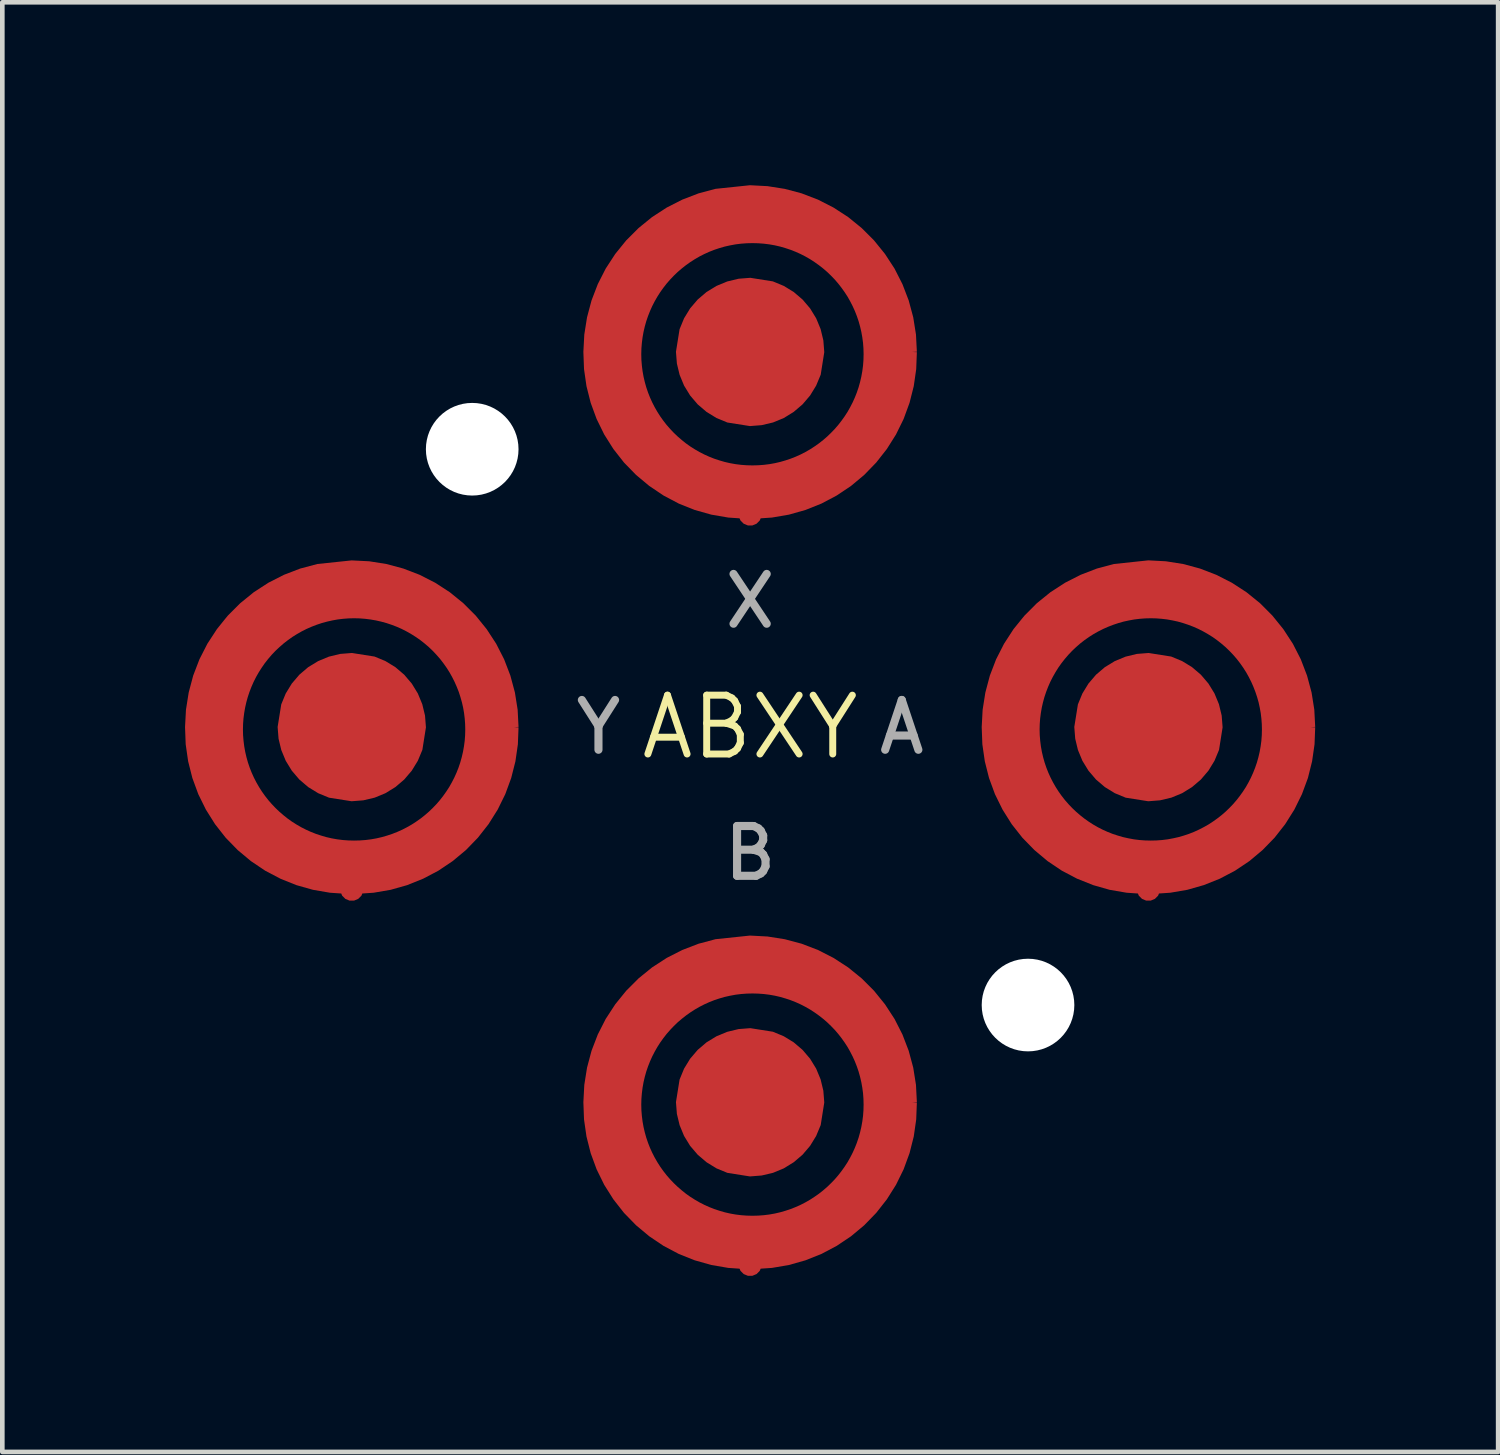
<source format=kicad_pcb>
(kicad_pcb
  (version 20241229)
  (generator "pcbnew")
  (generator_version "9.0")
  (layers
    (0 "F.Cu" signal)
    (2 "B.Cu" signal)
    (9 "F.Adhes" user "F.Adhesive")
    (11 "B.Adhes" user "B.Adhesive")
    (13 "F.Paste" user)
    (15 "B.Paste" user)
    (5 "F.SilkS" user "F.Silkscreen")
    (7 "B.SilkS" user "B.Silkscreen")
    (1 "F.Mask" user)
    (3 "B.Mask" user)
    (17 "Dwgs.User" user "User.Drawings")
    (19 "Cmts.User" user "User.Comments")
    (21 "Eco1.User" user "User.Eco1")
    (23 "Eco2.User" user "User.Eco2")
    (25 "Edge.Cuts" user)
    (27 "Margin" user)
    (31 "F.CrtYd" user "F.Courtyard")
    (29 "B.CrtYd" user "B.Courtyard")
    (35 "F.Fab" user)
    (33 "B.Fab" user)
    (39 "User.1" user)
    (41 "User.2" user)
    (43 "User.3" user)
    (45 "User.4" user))
  (footprint "ABXY"
    (layer "F.Cu")
    (at 13.145 12.649)
    (property "Reference" "ABXY" (at 0 0 0) (layer "F.SilkS") (effects (font (size 1.27 1.27) (thickness 0.15))))
    (fp_poly (pts (xy -8.198 -4.08) (xy -7.8 -4.021) (xy -7.41 -3.924) (xy -7.031 -3.788) (xy -6.667 -3.616) (xy -6.322 -3.409) (xy -5.999 -3.169) (xy -5.701 -2.899) (xy -5.431 -2.601) (xy -5.191 -2.278) (xy -4.984 -1.933) (xy -4.812 -1.569) (xy -4.676 -1.19) (xy -4.578 -0.798) (xy -4.5 -0.002) (xy -4.52 0.402) (xy -4.579 0.8) (xy -4.676 1.19) (xy -4.812 1.569) (xy -4.984 1.933) (xy -5.191 2.278) (xy -5.431 2.601) (xy -5.701 2.899) (xy -5.999 3.169) (xy -6.322 3.409) (xy -6.667 3.616) (xy -7.031 3.788) (xy -7.41 3.924) (xy -7.802 4.022) (xy -8.598 4.1) (xy -9.002 4.08) (xy -9.4 4.021) (xy -9.79 3.924) (xy -10.169 3.788) (xy -10.533 3.616) (xy -10.878 3.409) (xy -11.201 3.169) (xy -11.499 2.899) (xy -11.769 2.601) (xy -12.009 2.278) (xy -12.216 1.933) (xy -12.388 1.569) (xy -12.524 1.19) (xy -12.622 0.798) (xy -12.7 0.002) (xy -12.68 -0.402) (xy -12.621 -0.8) (xy -12.524 -1.19) (xy -12.388 -1.569) (xy -12.216 -1.933) (xy -12.009 -2.278) (xy -11.769 -2.601) (xy -11.499 -2.899) (xy -11.201 -3.169) (xy -10.878 -3.409) (xy -10.533 -3.616) (xy -10.169 -3.788) (xy -9.79 -3.924) (xy -9.398 -4.022) (xy -8.602 -4.1)) (stroke (width 0) (type default)) (fill yes) (layer "F.Mask"))
    (fp_poly (pts (xy 0.402 -12.18) (xy 0.8 -12.121) (xy 1.19 -12.024) (xy 1.569 -11.888) (xy 1.933 -11.716) (xy 2.278 -11.509) (xy 2.601 -11.269) (xy 2.899 -10.999) (xy 3.169 -10.701) (xy 3.409 -10.378) (xy 3.616 -10.033) (xy 3.788 -9.669) (xy 3.924 -9.29) (xy 4.022 -8.898) (xy 4.1 -8.102) (xy 4.08 -7.698) (xy 4.021 -7.3) (xy 3.924 -6.91) (xy 3.788 -6.531) (xy 3.616 -6.167) (xy 3.409 -5.822) (xy 3.169 -5.499) (xy 2.899 -5.201) (xy 2.601 -4.931) (xy 2.278 -4.691) (xy 1.933 -4.484) (xy 1.569 -4.312) (xy 1.19 -4.176) (xy 0.798 -4.078) (xy 0.002 -4) (xy -0.402 -4.02) (xy -0.8 -4.079) (xy -1.19 -4.176) (xy -1.569 -4.312) (xy -1.933 -4.484) (xy -2.278 -4.691) (xy -2.601 -4.931) (xy -2.899 -5.201) (xy -3.169 -5.499) (xy -3.409 -5.822) (xy -3.616 -6.167) (xy -3.788 -6.531) (xy -3.924 -6.91) (xy -4.022 -7.302) (xy -4.1 -8.098) (xy -4.08 -8.502) (xy -4.021 -8.9) (xy -3.924 -9.29) (xy -3.788 -9.669) (xy -3.616 -10.033) (xy -3.409 -10.378) (xy -3.169 -10.701) (xy -2.899 -10.999) (xy -2.601 -11.269) (xy -2.278 -11.509) (xy -1.933 -11.716) (xy -1.569 -11.888) (xy -1.19 -12.024) (xy -0.798 -12.122) (xy -0.002 -12.2)) (stroke (width 0) (type default)) (fill yes) (layer "F.Mask"))
    (fp_poly (pts (xy 0.402 4.02) (xy 0.8 4.079) (xy 1.19 4.176) (xy 1.569 4.312) (xy 1.933 4.484) (xy 2.278 4.691) (xy 2.601 4.931) (xy 2.899 5.201) (xy 3.169 5.499) (xy 3.409 5.822) (xy 3.616 6.167) (xy 3.788 6.531) (xy 3.924 6.91) (xy 4.022 7.302) (xy 4.1 8.098) (xy 4.08 8.502) (xy 4.021 8.9) (xy 3.924 9.29) (xy 3.788 9.669) (xy 3.616 10.033) (xy 3.409 10.378) (xy 3.169 10.701) (xy 2.899 10.999) (xy 2.601 11.269) (xy 2.278 11.509) (xy 1.933 11.716) (xy 1.569 11.888) (xy 1.19 12.024) (xy 0.798 12.122) (xy 0.002 12.2) (xy -0.402 12.18) (xy -0.8 12.121) (xy -1.19 12.024) (xy -1.569 11.888) (xy -1.933 11.716) (xy -2.278 11.509) (xy -2.601 11.269) (xy -2.899 10.999) (xy -3.169 10.701) (xy -3.409 10.378) (xy -3.616 10.033) (xy -3.788 9.669) (xy -3.924 9.29) (xy -4.022 8.898) (xy -4.1 8.102) (xy -4.08 7.698) (xy -4.021 7.3) (xy -3.924 6.91) (xy -3.788 6.531) (xy -3.616 6.167) (xy -3.409 5.822) (xy -3.169 5.499) (xy -2.899 5.201) (xy -2.601 4.931) (xy -2.278 4.691) (xy -1.933 4.484) (xy -1.569 4.312) (xy -1.19 4.176) (xy -0.798 4.078) (xy -0.002 4)) (stroke (width 0) (type default)) (fill yes) (layer "F.Mask"))
    (fp_poly (pts (xy 9.002 -4.08) (xy 9.4 -4.021) (xy 9.79 -3.924) (xy 10.169 -3.788) (xy 10.533 -3.616) (xy 10.878 -3.409) (xy 11.201 -3.169) (xy 11.499 -2.899) (xy 11.769 -2.601) (xy 12.009 -2.278) (xy 12.216 -1.933) (xy 12.388 -1.569) (xy 12.524 -1.19) (xy 12.622 -0.798) (xy 12.7 -0.002) (xy 12.68 0.402) (xy 12.621 0.8) (xy 12.524 1.19) (xy 12.388 1.569) (xy 12.216 1.933) (xy 12.009 2.278) (xy 11.769 2.601) (xy 11.499 2.899) (xy 11.201 3.169) (xy 10.878 3.409) (xy 10.533 3.616) (xy 10.169 3.788) (xy 9.79 3.924) (xy 9.398 4.022) (xy 8.602 4.1) (xy 8.198 4.08) (xy 7.8 4.021) (xy 7.41 3.924) (xy 7.031 3.788) (xy 6.667 3.616) (xy 6.322 3.409) (xy 5.999 3.169) (xy 5.701 2.899) (xy 5.431 2.601) (xy 5.191 2.278) (xy 4.984 1.933) (xy 4.812 1.569) (xy 4.676 1.19) (xy 4.578 0.798) (xy 4.5 0.002) (xy 4.52 -0.402) (xy 4.579 -0.8) (xy 4.676 -1.19) (xy 4.812 -1.569) (xy 4.984 -1.933) (xy 5.191 -2.278) (xy 5.431 -2.601) (xy 5.701 -2.899) (xy 5.999 -3.169) (xy 6.322 -3.409) (xy 6.667 -3.616) (xy 7.031 -3.788) (xy 7.41 -3.924) (xy 7.802 -4.022) (xy 8.598 -4.1)) (stroke (width 0) (type default)) (fill yes) (layer "F.Mask"))
    (fp_text user "X" (at 0 -3.35 0) (layer "F.Fab") (effects (font (size 1.075 1.075) (thickness 0.175)) (justify top)))
    (fp_text user "B" (at 0 3.35 0) (layer "F.Fab") (effects (font (size 1.075 1.075) (thickness 0.175)) (justify bottom)))
    (fp_text user "A" (at 3.85 0 0) (layer "F.Fab") (effects (font (size 1.075 1.075) (thickness 0.175)) (justify right)))
    (fp_text user "Y" (at -3.85 0 0) (layer "F.Fab") (effects (font (size 1.075 1.075) (thickness 0.175)) (justify left)))
    (pad "" np_thru_hole circle (at -6 -6) (size 2 2) (drill 2) (layers "*.Cu" "*.Mask"))
    (pad "" np_thru_hole circle (at 6 6) (size 2 2) (drill 2) (layers "*.Cu" "*.Mask"))
    (pad "A" smd custom (at 8.6 0 90) (size 0.5 0.5) (layers "F.Cu" "F.Mask") (options (anchor circle)) (primitives (gr_poly (pts (xy -0.25 0) (xy -0.231 -0.096) (xy -0.177 -0.177) (xy -0.096 -0.231) (xy 0 -0.25) (xy 0.096 -0.231) (xy 0.177 -0.177) (xy 0.231 -0.096) (xy 0.25 0) (xy 0.231 0.096) (xy 0.177 0.177) (xy 0.096 0.231) (xy 0 0.25) (xy -0.096 0.231) (xy -0.177 0.177) (xy -0.231 0.096) (xy -0.25 0)) (width 0) (fill yes)) (gr_poly (pts (xy 1.524 0.491) (xy 1.426 0.727) (xy 1.295 0.941) (xy 1.132 1.132) (xy 0.941 1.295) (xy 0.727 1.426) (xy 0.495 1.522) (xy 0.251 1.581) (xy -0.004 1.601) (xy -0.491 1.524) (xy -0.726 1.426) (xy -0.94 1.295) (xy -1.131 1.132) (xy -1.294 0.941) (xy -1.426 0.727) (xy -1.522 0.495) (xy -1.58 0.25) (xy -1.6 -0.004) (xy -1.523 -0.491) (xy -1.426 -0.726) (xy -1.294 -0.941) (xy -1.131 -1.132) (xy -0.94 -1.295) (xy -0.726 -1.426) (xy -0.494 -1.522) (xy -0.25 -1.581) (xy 0.004 -1.601) (xy 0.491 -1.523) (xy 0.727 -1.426) (xy 0.941 -1.295) (xy 1.132 -1.132) (xy 1.295 -0.941) (xy 1.426 -0.726) (xy 1.522 -0.494) (xy 1.581 -0.25) (xy 1.601 0.004)) (width 0) (fill yes))))
    (pad "B" smd custom (at 0 8.1 90) (size 0.5 0.5) (layers "F.Cu" "F.Mask") (options (anchor circle)) (primitives (gr_poly (pts (xy -0.25 0) (xy -0.231 -0.096) (xy -0.177 -0.177) (xy -0.096 -0.231) (xy 0 -0.25) (xy 0.096 -0.231) (xy 0.177 -0.177) (xy 0.231 -0.096) (xy 0.25 0) (xy 0.231 0.096) (xy 0.177 0.177) (xy 0.096 0.231) (xy 0 0.25) (xy -0.096 0.231) (xy -0.177 0.177) (xy -0.231 0.096) (xy -0.25 0)) (width 0) (fill yes)) (gr_poly (pts (xy 1.524 0.491) (xy 1.426 0.727) (xy 1.295 0.941) (xy 1.132 1.132) (xy 0.941 1.295) (xy 0.727 1.426) (xy 0.495 1.522) (xy 0.251 1.581) (xy -0.004 1.601) (xy -0.491 1.524) (xy -0.726 1.426) (xy -0.94 1.295) (xy -1.131 1.132) (xy -1.294 0.941) (xy -1.426 0.727) (xy -1.522 0.495) (xy -1.58 0.25) (xy -1.6 -0.004) (xy -1.523 -0.491) (xy -1.426 -0.726) (xy -1.294 -0.941) (xy -1.131 -1.132) (xy -0.94 -1.295) (xy -0.726 -1.426) (xy -0.494 -1.522) (xy -0.25 -1.581) (xy 0.004 -1.601) (xy 0.491 -1.523) (xy 0.727 -1.426) (xy 0.941 -1.295) (xy 1.132 -1.132) (xy 1.295 -0.941) (xy 1.426 -0.726) (xy 1.522 -0.494) (xy 1.581 -0.25) (xy 1.601 0.004)) (width 0) (fill yes))))
    (pad "GND1" smd custom (at -8.6 3.5 90) (size 0.5 0.5) (layers "F.Cu" "F.Mask") (options (anchor circle)) (primitives (gr_poly (pts (xy 0.25 0.000038) (xy 0.269 -0.096) (xy 0.323 -0.177) (xy 0.404 -0.231) (xy 0.5 -0.25) (xy 0.596 -0.231) (xy 0.677 -0.177) (xy 0.731 -0.096) (xy 0.75 0.000038) (xy 0.731 0.096) (xy 0.677 0.177) (xy 0.596 0.231) (xy 0.5 0.25) (xy 0.404 0.231) (xy 0.323 0.177) (xy 0.269 0.096) (xy 0.25 0.000038)) (width 0) (fill yes)) (gr_poly (pts (xy 7.081 0.376) (xy 7.022 0.749) (xy 6.924 1.113) (xy 6.789 1.465) (xy 6.618 1.8) (xy 6.413 2.116) (xy 6.175 2.409) (xy 5.909 2.675) (xy 5.616 2.912) (xy 5.3 3.118) (xy 4.965 3.289) (xy 4.613 3.424) (xy 4.248 3.522) (xy 3.876 3.581) (xy 3.505 3.6) (xy 3.5 3.5) (xy 3.496 3.6) (xy 3.13 3.586) (xy 2.762 3.533) (xy 2.402 3.442) (xy 2.053 3.314) (xy 1.72 3.15) (xy 1.405 2.952) (xy 1.113 2.723) (xy 0.846 2.464) (xy 0.608 2.178) (xy 0.401 1.87) (xy 0.228 1.541) (xy 0.089 1.196) (xy -0.012 0.839) (xy -0.075 0.472) (xy -0.107 0) (xy 0 0) (xy 0 -0.1) (xy -0.1 -0.106) (xy -0.075 -0.472) (xy -0.012 -0.838) (xy 0.089 -1.196) (xy 0.228 -1.541) (xy 0.401 -1.87) (xy 0.608 -2.178) (xy 0.846 -2.463) (xy 1.113 -2.723) (xy 1.405 -2.952) (xy 1.72 -3.15) (xy 2.053 -3.314) (xy 2.402 -3.442) (xy 2.762 -3.533) (xy 3.13 -3.586) (xy 3.45 -3.598) (xy 3.45 -2.35) (xy 3.327 -2.347) (xy 3.205 -2.337) (xy 3.085 -2.322) (xy 2.967 -2.301) (xy 2.851 -2.274) (xy 2.737 -2.242) (xy 2.625 -2.204) (xy 2.516 -2.161) (xy 2.41 -2.113) (xy 2.307 -2.06) (xy 2.206 -2.002) (xy 2.109 -1.94) (xy 2.015 -1.873) (xy 1.924 -1.802) (xy 1.837 -1.726) (xy 1.754 -1.647) (xy 1.674 -1.563) (xy 1.599 -1.476) (xy 1.527 -1.386) (xy 1.46 -1.292) (xy 1.398 -1.194) (xy 1.34 -1.094) (xy 1.287 -0.99) (xy 1.239 -0.884) (xy 1.196 -0.775) (xy 1.159 -0.663) (xy 1.126 -0.55) (xy 1.099 -0.433) (xy 1.078 -0.315) (xy 1.063 -0.195) (xy 1.054 -0.073) (xy 1.051 0.05) (xy 1.054 0.174) (xy 1.063 0.296) (xy 1.078 0.416) (xy 1.099 0.534) (xy 1.126 0.65) (xy 1.159 0.764) (xy 1.196 0.875) (xy 1.239 0.984) (xy 1.287 1.091) (xy 1.34 1.194) (xy 1.398 1.295) (xy 1.461 1.392) (xy 1.527 1.486) (xy 1.599 1.577) (xy 1.674 1.664) (xy 1.754 1.747) (xy 1.837 1.827) (xy 1.924 1.902) (xy 2.015 1.973) (xy 2.109 2.04) (xy 2.206 2.103) (xy 2.307 2.16) (xy 2.41 2.213) (xy 2.516 2.261) (xy 2.625 2.304) (xy 2.737 2.342) (xy 2.851 2.374) (xy 2.967 2.401) (xy 3.085 2.422) (xy 3.205 2.438) (xy 3.327 2.447) (xy 3.45 2.45) (xy 3.569 2.447) (xy 3.688 2.438) (xy 3.805 2.424) (xy 3.921 2.404) (xy 4.035 2.378) (xy 4.148 2.346) (xy 4.26 2.31) (xy 4.369 2.267) (xy 4.476 2.22) (xy 4.581 2.167) (xy 4.683 2.11) (xy 4.782 2.047) (xy 4.878 1.979) (xy 4.972 1.907) (xy 5.061 1.829) (xy 5.148 1.747) (xy 5.23 1.661) (xy 5.307 1.571) (xy 5.38 1.478) (xy 5.447 1.382) (xy 5.51 1.282) (xy 5.568 1.18) (xy 5.621 1.076) (xy 5.668 0.969) (xy 5.71 0.859) (xy 5.747 0.748) (xy 5.778 0.635) (xy 5.804 0.521) (xy 5.824 0.405) (xy 5.839 0.287) (xy 5.848 0.169) (xy 5.851 0.05) (xy 5.848 -0.069) (xy 5.839 -0.187) (xy 5.825 -0.304) (xy 5.804 -0.42) (xy 5.778 -0.535) (xy 5.747 -0.648) (xy 5.71 -0.759) (xy 5.668 -0.868) (xy 5.621 -0.975) (xy 5.568 -1.08) (xy 5.51 -1.182) (xy 5.448 -1.281) (xy 5.38 -1.377) (xy 5.307 -1.471) (xy 5.23 -1.56) (xy 5.148 -1.647) (xy 5.062 -1.729) (xy 4.972 -1.806) (xy 4.879 -1.879) (xy 4.782 -1.946) (xy 4.683 -2.009) (xy 4.581 -2.067) (xy 4.476 -2.12) (xy 4.369 -2.167) (xy 4.26 -2.209) (xy 4.149 -2.246) (xy 4.036 -2.277) (xy 3.921 -2.303) (xy 3.805 -2.323) (xy 3.688 -2.338) (xy 3.57 -2.347) (xy 3.45 -2.35) (xy 3.45 -3.598) (xy 3.501 -3.6) (xy 3.876 -3.58) (xy 4.248 -3.521) (xy 4.613 -3.424) (xy 4.965 -3.289) (xy 5.3 -3.118) (xy 5.616 -2.912) (xy 5.851 -2.723) (xy 5.851 0.05) (xy 5.851 0.05) (xy 5.851 0.051) (xy 5.851 0.05) (xy 5.851 -2.723) (xy 5.909 -2.675) (xy 6.175 -2.409) (xy 6.413 -2.116) (xy 6.618 -1.8) (xy 6.789 -1.464) (xy 6.924 -1.113) (xy 7.022 -0.746) (xy 7.1 -0.003)) (width 0) (fill yes))))
    (pad "GND2" smd custom (at 8.6 3.5 90) (size 0.5 0.5) (layers "F.Cu" "F.Mask") (options (anchor circle)) (primitives (gr_poly (pts (xy 7.081 0.376) (xy 7.022 0.749) (xy 6.924 1.113) (xy 6.789 1.464) (xy 6.618 1.8) (xy 6.413 2.116) (xy 6.176 2.409) (xy 5.909 2.675) (xy 5.616 2.912) (xy 5.3 3.118) (xy 4.965 3.289) (xy 4.613 3.424) (xy 4.248 3.522) (xy 3.876 3.581) (xy 3.505 3.6) (xy 3.5 3.5) (xy 3.497 3.6) (xy 3.13 3.586) (xy 2.762 3.533) (xy 2.402 3.443) (xy 2.053 3.314) (xy 1.72 3.15) (xy 1.405 2.952) (xy 1.113 2.723) (xy 0.847 2.464) (xy 0.608 2.179) (xy 0.401 1.87) (xy 0.228 1.541) (xy 0.09 1.196) (xy -0.012 0.839) (xy -0.075 0.472) (xy -0.107 -0.000056) (xy 0.000171 -0.000056) (xy 0.000171 -0.1) (xy -0.1 -0.107) (xy -0.075 -0.472) (xy -0.012 -0.838) (xy 0.09 -1.196) (xy 0.228 -1.541) (xy 0.401 -1.87) (xy 0.608 -2.178) (xy 0.847 -2.463) (xy 1.113 -2.722) (xy 1.405 -2.952) (xy 1.72 -3.15) (xy 2.053 -3.314) (xy 2.402 -3.442) (xy 2.762 -3.533) (xy 3.13 -3.586) (xy 3.451 -3.598) (xy 3.451 -2.35) (xy 3.327 -2.347) (xy 3.205 -2.337) (xy 3.085 -2.322) (xy 2.967 -2.301) (xy 2.851 -2.274) (xy 2.737 -2.242) (xy 2.625 -2.204) (xy 2.516 -2.161) (xy 2.41 -2.113) (xy 2.307 -2.06) (xy 2.206 -2.002) (xy 2.109 -1.94) (xy 2.015 -1.873) (xy 1.924 -1.802) (xy 1.837 -1.726) (xy 1.754 -1.647) (xy 1.674 -1.563) (xy 1.599 -1.476) (xy 1.528 -1.386) (xy 1.461 -1.292) (xy 1.398 -1.194) (xy 1.34 -1.094) (xy 1.287 -0.99) (xy 1.239 -0.884) (xy 1.196 -0.775) (xy 1.159 -0.663) (xy 1.126 -0.55) (xy 1.1 -0.433) (xy 1.078 -0.315) (xy 1.063 -0.195) (xy 1.054 -0.073) (xy 1.051 0.05) (xy 1.054 0.174) (xy 1.063 0.296) (xy 1.078 0.416) (xy 1.1 0.534) (xy 1.126 0.65) (xy 1.159 0.764) (xy 1.196 0.875) (xy 1.239 0.984) (xy 1.288 1.091) (xy 1.341 1.194) (xy 1.398 1.295) (xy 1.461 1.392) (xy 1.528 1.486) (xy 1.599 1.577) (xy 1.674 1.664) (xy 1.754 1.747) (xy 1.837 1.827) (xy 1.924 1.902) (xy 2.015 1.973) (xy 2.109 2.04) (xy 2.206 2.103) (xy 2.307 2.16) (xy 2.41 2.213) (xy 2.517 2.261) (xy 2.626 2.304) (xy 2.737 2.342) (xy 2.851 2.374) (xy 2.967 2.401) (xy 3.085 2.422) (xy 3.205 2.438) (xy 3.327 2.447) (xy 3.451 2.45) (xy 3.57 2.447) (xy 3.688 2.438) (xy 3.805 2.424) (xy 3.921 2.403) (xy 4.036 2.378) (xy 4.149 2.346) (xy 4.26 2.309) (xy 4.369 2.267) (xy 4.476 2.22) (xy 4.581 2.167) (xy 4.683 2.11) (xy 4.782 2.047) (xy 4.879 1.979) (xy 4.972 1.907) (xy 5.062 1.829) (xy 5.148 1.747) (xy 5.23 1.661) (xy 5.307 1.571) (xy 5.38 1.478) (xy 5.448 1.382) (xy 5.51 1.282) (xy 5.568 1.18) (xy 5.621 1.076) (xy 5.668 0.969) (xy 5.71 0.859) (xy 5.747 0.748) (xy 5.779 0.635) (xy 5.804 0.52) (xy 5.825 0.404) (xy 5.839 0.287) (xy 5.848 0.169) (xy 5.851 0.05) (xy 5.848 -0.069) (xy 5.839 -0.187) (xy 5.825 -0.304) (xy 5.804 -0.42) (xy 5.779 -0.535) (xy 5.747 -0.648) (xy 5.71 -0.759) (xy 5.668 -0.868) (xy 5.621 -0.975) (xy 5.568 -1.08) (xy 5.511 -1.182) (xy 5.448 -1.281) (xy 5.38 -1.378) (xy 5.308 -1.471) (xy 5.23 -1.561) (xy 5.148 -1.647) (xy 5.062 -1.729) (xy 4.972 -1.806) (xy 4.879 -1.879) (xy 4.783 -1.947) (xy 4.683 -2.009) (xy 4.581 -2.067) (xy 4.476 -2.12) (xy 4.369 -2.167) (xy 4.26 -2.209) (xy 4.149 -2.246) (xy 4.036 -2.277) (xy 3.921 -2.303) (xy 3.805 -2.323) (xy 3.688 -2.338) (xy 3.57 -2.347) (xy 3.451 -2.35) (xy 3.451 -3.598) (xy 3.501 -3.6) (xy 3.876 -3.58) (xy 4.248 -3.521) (xy 4.613 -3.424) (xy 4.965 -3.289) (xy 5.3 -3.118) (xy 5.616 -2.913) (xy 5.851 -2.723) (xy 5.851 0.05) (xy 5.851 0.05) (xy 5.851 0.05) (xy 5.851 0.05) (xy 5.851 -2.723) (xy 5.909 -2.675) (xy 6.176 -2.409) (xy 6.413 -2.116) (xy 6.618 -1.8) (xy 6.789 -1.464) (xy 6.924 -1.113) (xy 7.022 -0.746) (xy 7.101 -0.003)) (width 0) (fill yes))))
    (pad "GND3" smd custom (at -0.000047 -4.6 90) (size 0.5 0.5) (layers "F.Cu" "F.Mask") (options (anchor circle)) (primitives (gr_poly (pts (xy 7.08 0.376) (xy 7.021 0.749) (xy 6.924 1.113) (xy 6.789 1.465) (xy 6.618 1.8) (xy 6.413 2.116) (xy 6.175 2.409) (xy 5.909 2.675) (xy 5.616 2.912) (xy 5.3 3.118) (xy 4.964 3.289) (xy 4.612 3.424) (xy 4.248 3.522) (xy 3.876 3.581) (xy 3.505 3.6) (xy 3.5 3.5) (xy 3.496 3.6) (xy 3.13 3.586) (xy 2.762 3.533) (xy 2.402 3.442) (xy 2.053 3.314) (xy 1.719 3.15) (xy 1.405 2.952) (xy 1.113 2.723) (xy 0.846 2.464) (xy 0.608 2.179) (xy 0.401 1.87) (xy 0.227 1.541) (xy 0.089 1.196) (xy -0.012 0.839) (xy -0.075 0.472) (xy -0.107 0) (xy 0 0) (xy 0 -0.1) (xy -0.1 -0.106) (xy -0.075 -0.472) (xy -0.012 -0.838) (xy 0.089 -1.196) (xy 0.227 -1.541) (xy 0.401 -1.87) (xy 0.608 -2.178) (xy 0.846 -2.463) (xy 1.113 -2.723) (xy 1.405 -2.952) (xy 1.719 -3.15) (xy 2.053 -3.314) (xy 2.402 -3.442) (xy 2.762 -3.533) (xy 3.13 -3.586) (xy 3.45 -3.598) (xy 3.45 -2.35) (xy 3.327 -2.347) (xy 3.205 -2.337) (xy 3.085 -2.322) (xy 2.967 -2.301) (xy 2.851 -2.274) (xy 2.737 -2.242) (xy 2.625 -2.204) (xy 2.516 -2.161) (xy 2.41 -2.113) (xy 2.307 -2.06) (xy 2.206 -2.002) (xy 2.109 -1.94) (xy 2.015 -1.873) (xy 1.924 -1.802) (xy 1.837 -1.726) (xy 1.754 -1.647) (xy 1.674 -1.563) (xy 1.599 -1.476) (xy 1.527 -1.386) (xy 1.46 -1.292) (xy 1.398 -1.194) (xy 1.34 -1.094) (xy 1.287 -0.99) (xy 1.239 -0.884) (xy 1.196 -0.775) (xy 1.159 -0.663) (xy 1.126 -0.55) (xy 1.099 -0.433) (xy 1.078 -0.315) (xy 1.063 -0.195) (xy 1.054 -0.073) (xy 1.051 0.05) (xy 1.054 0.174) (xy 1.063 0.296) (xy 1.078 0.416) (xy 1.099 0.534) (xy 1.126 0.65) (xy 1.159 0.764) (xy 1.196 0.875) (xy 1.239 0.984) (xy 1.287 1.091) (xy 1.34 1.194) (xy 1.398 1.295) (xy 1.461 1.392) (xy 1.527 1.486) (xy 1.599 1.577) (xy 1.674 1.664) (xy 1.754 1.747) (xy 1.837 1.827) (xy 1.924 1.902) (xy 2.015 1.973) (xy 2.109 2.04) (xy 2.206 2.103) (xy 2.307 2.16) (xy 2.41 2.213) (xy 2.516 2.261) (xy 2.625 2.304) (xy 2.737 2.342) (xy 2.851 2.374) (xy 2.967 2.401) (xy 3.085 2.422) (xy 3.205 2.438) (xy 3.327 2.447) (xy 3.45 2.45) (xy 3.574 2.447) (xy 3.696 2.438) (xy 3.816 2.422) (xy 3.934 2.401) (xy 4.05 2.374) (xy 4.164 2.342) (xy 4.276 2.304) (xy 4.385 2.261) (xy 4.491 2.213) (xy 4.594 2.16) (xy 4.695 2.103) (xy 4.792 2.04) (xy 4.886 1.973) (xy 4.977 1.902) (xy 5.064 1.827) (xy 5.147 1.747) (xy 5.227 1.664) (xy 5.302 1.577) (xy 5.373 1.486) (xy 5.44 1.392) (xy 5.503 1.295) (xy 5.561 1.194) (xy 5.614 1.091) (xy 5.662 0.984) (xy 5.705 0.875) (xy 5.742 0.764) (xy 5.775 0.65) (xy 5.802 0.534) (xy 5.823 0.416) (xy 5.838 0.295) (xy 5.847 0.174) (xy 5.85 0.05) (xy 5.85 0.05) (xy 5.847 -0.074) (xy 5.838 -0.195) (xy 5.823 -0.315) (xy 5.801 -0.434) (xy 5.775 -0.55) (xy 5.742 -0.664) (xy 5.705 -0.775) (xy 5.662 -0.884) (xy 5.614 -0.99) (xy 5.561 -1.094) (xy 5.503 -1.194) (xy 5.44 -1.292) (xy 5.373 -1.386) (xy 5.302 -1.476) (xy 5.227 -1.564) (xy 5.147 -1.647) (xy 5.064 -1.726) (xy 4.977 -1.802) (xy 4.886 -1.873) (xy 4.792 -1.94) (xy 4.695 -2.002) (xy 4.594 -2.06) (xy 4.491 -2.113) (xy 4.384 -2.161) (xy 4.275 -2.204) (xy 4.164 -2.242) (xy 4.05 -2.274) (xy 3.934 -2.301) (xy 3.816 -2.322) (xy 3.696 -2.337) (xy 3.574 -2.347) (xy 3.45 -2.35) (xy 3.45 -3.598) (xy 3.501 -3.6) (xy 3.876 -3.58) (xy 4.248 -3.521) (xy 4.612 -3.424) (xy 4.964 -3.289) (xy 5.3 -3.118) (xy 5.616 -2.912) (xy 5.909 -2.675) (xy 6.175 -2.409) (xy 6.413 -2.116) (xy 6.618 -1.8) (xy 6.789 -1.464) (xy 6.924 -1.113) (xy 7.022 -0.746) (xy 7.1 -0.003)) (width 0) (fill yes))))
    (pad "GND4" smd custom (at -0.000047 11.6 90) (size 0.5 0.5) (layers "F.Cu" "F.Mask") (options (anchor circle)) (primitives (gr_poly (pts (xy 7.08 0.376) (xy 7.021 0.749) (xy 6.924 1.113) (xy 6.789 1.465) (xy 6.618 1.8) (xy 6.413 2.116) (xy 6.175 2.409) (xy 5.909 2.675) (xy 5.616 2.912) (xy 5.3 3.118) (xy 4.964 3.289) (xy 4.612 3.424) (xy 4.248 3.522) (xy 3.876 3.581) (xy 3.505 3.6) (xy 3.5 3.5) (xy 3.496 3.6) (xy 3.13 3.586) (xy 2.762 3.533) (xy 2.402 3.442) (xy 2.053 3.314) (xy 1.719 3.15) (xy 1.405 2.952) (xy 1.113 2.723) (xy 0.846 2.464) (xy 0.608 2.179) (xy 0.401 1.87) (xy 0.227 1.541) (xy 0.089 1.196) (xy -0.012 0.839) (xy -0.075 0.472) (xy -0.107 0) (xy 0 0) (xy 0 -0.1) (xy -0.1 -0.106) (xy -0.075 -0.472) (xy -0.012 -0.838) (xy 0.089 -1.196) (xy 0.227 -1.541) (xy 0.401 -1.87) (xy 0.608 -2.178) (xy 0.846 -2.463) (xy 1.113 -2.723) (xy 1.405 -2.952) (xy 1.719 -3.15) (xy 2.053 -3.314) (xy 2.402 -3.442) (xy 2.762 -3.533) (xy 3.13 -3.586) (xy 3.45 -3.598) (xy 3.45 -2.35) (xy 3.327 -2.347) (xy 3.205 -2.337) (xy 3.085 -2.322) (xy 2.967 -2.301) (xy 2.851 -2.274) (xy 2.737 -2.242) (xy 2.625 -2.204) (xy 2.516 -2.161) (xy 2.41 -2.113) (xy 2.307 -2.06) (xy 2.206 -2.002) (xy 2.109 -1.94) (xy 2.015 -1.873) (xy 1.924 -1.802) (xy 1.837 -1.726) (xy 1.754 -1.647) (xy 1.674 -1.563) (xy 1.599 -1.476) (xy 1.527 -1.386) (xy 1.46 -1.292) (xy 1.398 -1.194) (xy 1.34 -1.094) (xy 1.287 -0.99) (xy 1.239 -0.884) (xy 1.196 -0.775) (xy 1.159 -0.663) (xy 1.126 -0.55) (xy 1.099 -0.433) (xy 1.078 -0.315) (xy 1.063 -0.195) (xy 1.054 -0.073) (xy 1.051 0.05) (xy 1.054 0.174) (xy 1.063 0.296) (xy 1.078 0.416) (xy 1.099 0.534) (xy 1.126 0.65) (xy 1.159 0.764) (xy 1.196 0.875) (xy 1.239 0.984) (xy 1.287 1.091) (xy 1.34 1.194) (xy 1.398 1.295) (xy 1.461 1.392) (xy 1.527 1.486) (xy 1.599 1.577) (xy 1.674 1.664) (xy 1.754 1.747) (xy 1.837 1.827) (xy 1.924 1.902) (xy 2.015 1.973) (xy 2.109 2.04) (xy 2.206 2.103) (xy 2.307 2.16) (xy 2.41 2.213) (xy 2.516 2.261) (xy 2.625 2.304) (xy 2.737 2.342) (xy 2.851 2.374) (xy 2.967 2.401) (xy 3.085 2.422) (xy 3.205 2.438) (xy 3.327 2.447) (xy 3.45 2.45) (xy 3.574 2.447) (xy 3.696 2.438) (xy 3.816 2.422) (xy 3.934 2.401) (xy 4.05 2.374) (xy 4.164 2.342) (xy 4.276 2.304) (xy 4.385 2.261) (xy 4.491 2.213) (xy 4.594 2.16) (xy 4.695 2.103) (xy 4.792 2.04) (xy 4.886 1.973) (xy 4.977 1.902) (xy 5.064 1.827) (xy 5.147 1.747) (xy 5.227 1.664) (xy 5.302 1.577) (xy 5.373 1.486) (xy 5.44 1.392) (xy 5.503 1.295) (xy 5.561 1.194) (xy 5.614 1.091) (xy 5.662 0.984) (xy 5.705 0.875) (xy 5.742 0.764) (xy 5.775 0.65) (xy 5.802 0.534) (xy 5.823 0.416) (xy 5.838 0.295) (xy 5.847 0.174) (xy 5.85 0.05) (xy 5.85 0.05) (xy 5.847 -0.074) (xy 5.838 -0.195) (xy 5.823 -0.315) (xy 5.801 -0.434) (xy 5.775 -0.55) (xy 5.742 -0.664) (xy 5.705 -0.775) (xy 5.662 -0.884) (xy 5.614 -0.99) (xy 5.561 -1.094) (xy 5.503 -1.194) (xy 5.44 -1.292) (xy 5.373 -1.386) (xy 5.302 -1.476) (xy 5.227 -1.564) (xy 5.147 -1.647) (xy 5.064 -1.726) (xy 4.977 -1.802) (xy 4.886 -1.873) (xy 4.792 -1.94) (xy 4.695 -2.002) (xy 4.594 -2.06) (xy 4.491 -2.113) (xy 4.384 -2.161) (xy 4.275 -2.204) (xy 4.164 -2.242) (xy 4.05 -2.274) (xy 3.934 -2.301) (xy 3.816 -2.322) (xy 3.696 -2.337) (xy 3.574 -2.347) (xy 3.45 -2.35) (xy 3.45 -3.598) (xy 3.501 -3.6) (xy 3.876 -3.58) (xy 4.248 -3.521) (xy 4.612 -3.424) (xy 4.964 -3.289) (xy 5.3 -3.118) (xy 5.616 -2.912) (xy 5.909 -2.675) (xy 6.175 -2.409) (xy 6.413 -2.116) (xy 6.618 -1.8) (xy 6.789 -1.464) (xy 6.924 -1.113) (xy 7.022 -0.746) (xy 7.1 -0.003)) (width 0) (fill yes))))
    (pad "X" smd custom (at 0 -8.1 90) (size 0.5 0.5) (layers "F.Cu" "F.Mask") (options (anchor circle)) (primitives (gr_poly (pts (xy -0.25 0) (xy -0.231 -0.096) (xy -0.177 -0.177) (xy -0.096 -0.231) (xy 0 -0.25) (xy 0.096 -0.231) (xy 0.177 -0.177) (xy 0.231 -0.096) (xy 0.25 0) (xy 0.231 0.096) (xy 0.177 0.177) (xy 0.096 0.231) (xy 0 0.25) (xy -0.096 0.231) (xy -0.177 0.177) (xy -0.231 0.096) (xy -0.25 0)) (width 0) (fill yes)) (gr_poly (pts (xy 1.524 0.491) (xy 1.426 0.727) (xy 1.295 0.941) (xy 1.132 1.132) (xy 0.941 1.295) (xy 0.727 1.426) (xy 0.495 1.522) (xy 0.251 1.581) (xy -0.004 1.601) (xy -0.491 1.524) (xy -0.726 1.426) (xy -0.94 1.295) (xy -1.131 1.132) (xy -1.294 0.941) (xy -1.426 0.727) (xy -1.522 0.495) (xy -1.58 0.25) (xy -1.6 -0.004) (xy -1.523 -0.491) (xy -1.426 -0.726) (xy -1.294 -0.941) (xy -1.131 -1.132) (xy -0.94 -1.295) (xy -0.726 -1.426) (xy -0.494 -1.522) (xy -0.25 -1.581) (xy 0.004 -1.601) (xy 0.491 -1.523) (xy 0.727 -1.426) (xy 0.941 -1.295) (xy 1.132 -1.132) (xy 1.295 -0.941) (xy 1.426 -0.726) (xy 1.522 -0.494) (xy 1.581 -0.25) (xy 1.601 0.004)) (width 0) (fill yes))))
    (pad "Y" smd custom (at -8.6 0 90) (size 0.5 0.5) (layers "F.Cu" "F.Mask") (options (anchor circle)) (primitives (gr_poly (pts (xy 1.524 0.491) (xy 1.426 0.727) (xy 1.295 0.941) (xy 1.132 1.132) (xy 0.941 1.295) (xy 0.727 1.426) (xy 0.495 1.522) (xy 0.251 1.581) (xy -0.004 1.601) (xy -0.491 1.524) (xy -0.726 1.426) (xy -0.94 1.295) (xy -1.131 1.132) (xy -1.294 0.941) (xy -1.426 0.727) (xy -1.522 0.495) (xy -1.58 0.25) (xy -1.6 -0.004) (xy -1.523 -0.491) (xy -1.426 -0.726) (xy -1.294 -0.941) (xy -1.131 -1.132) (xy -0.94 -1.295) (xy -0.726 -1.426) (xy -0.494 -1.522) (xy -0.25 -1.581) (xy 0.004 -1.601) (xy 0.491 -1.523) (xy 0.727 -1.426) (xy 0.941 -1.295) (xy 1.132 -1.132) (xy 1.295 -0.941) (xy 1.426 -0.726) (xy 1.522 -0.494) (xy 1.581 -0.25) (xy 1.601 0.004)) (width 0) (fill yes))))
    (zone (net_name "") (layer "F.Cu") (hatch edge 0.5) (connect_pads) (min_thickness 0.25) (filled_areas_thickness no) (keepout (tracks not_allowed) (vias not_allowed) (pads not_allowed) (copperpour not_allowed) (footprints allowed)) (placement (enabled no)) (fill) (polygon (pts (xy 9.095 12.649) (xy 9.075 12.223) (xy 9.015 11.8) (xy 8.916 11.385) (xy 8.779 10.982) (xy 8.604 10.593) (xy 8.394 10.222) (xy 8.149 9.872) (xy 7.873 9.547) (xy 7.568 9.248) (xy 7.237 8.98) (xy 6.881 8.744) (xy 6.505 8.543) (xy 6.112 8.377) (xy 5.705 8.249) (xy 5.288 8.16) (xy 4.865 8.11) (xy 4.438 8.1) (xy 4.013 8.13) (xy 3.592 8.2) (xy 3.18 8.308) (xy 2.779 8.455) (xy 2.394 8.639) (xy 2.028 8.858) (xy 1.684 9.11) (xy 1.366 9.394) (xy 1.075 9.706) (xy 0.814 10.044) (xy 0.587 10.405) (xy 0.394 10.785) (xy 0.238 11.182) (xy 0.119 11.592) (xy 0.04 12.011) (xy 0 12.435) (xy 0 12.862) (xy 0.04 13.287) (xy 0.119 13.706) (xy 0.238 14.116) (xy 0.394 14.512) (xy 0.587 14.893) (xy 0.814 15.254) (xy 1.075 15.592) (xy 1.366 15.904) (xy 1.684 16.187) (xy 2.028 16.439) (xy 2.394 16.658) (xy 2.779 16.842) (xy 3.18 16.989) (xy 3.592 17.098) (xy 4.013 17.168) (xy 4.438 17.198) (xy 4.865 17.188) (xy 5.288 17.138) (xy 5.705 17.048) (xy 6.112 16.92) (xy 6.505 16.755) (xy 6.881 16.553) (xy 7.237 16.317) (xy 7.568 16.049) (xy 7.873 15.751) (xy 8.149 15.426) (xy 8.394 15.076) (xy 8.604 14.705) (xy 8.779 14.316) (xy 8.916 13.912) (xy 9.015 13.497) (xy 9.075 13.075))) (polygon (pts (xy 8.395 12.649) (xy 8.375 12.259) (xy 8.316 11.874) (xy 8.218 11.496) (xy 8.083 11.13) (xy 7.911 10.78) (xy 7.705 10.449) (xy 7.466 10.141) (xy 7.198 9.858) (xy 6.902 9.604) (xy 6.582 9.381) (xy 6.241 9.192) (xy 5.882 9.038) (xy 5.51 8.922) (xy 5.128 8.843) (xy 4.74 8.804) (xy 4.35 8.804) (xy 3.962 8.843) (xy 3.58 8.922) (xy 3.208 9.038) (xy 2.849 9.192) (xy 2.508 9.381) (xy 2.188 9.604) (xy 1.892 9.858) (xy 1.624 10.141) (xy 1.385 10.449) (xy 1.179 10.78) (xy 1.007 11.13) (xy 0.872 11.496) (xy 0.774 11.874) (xy 0.715 12.259) (xy 0.695 12.649) (xy 0.715 13.038) (xy 0.774 13.424) (xy 0.872 13.801) (xy 1.007 14.167) (xy 1.179 14.517) (xy 1.385 14.848) (xy 1.624 15.157) (xy 1.892 15.439) (xy 2.188 15.693) (xy 2.508 15.916) (xy 2.849 16.105) (xy 3.208 16.259) (xy 3.58 16.376) (xy 3.962 16.454) (xy 4.35 16.494) (xy 4.74 16.494) (xy 5.128 16.454) (xy 5.51 16.376) (xy 5.882 16.259) (xy 6.241 16.105) (xy 6.582 15.916) (xy 6.902 15.693) (xy 7.198 15.439) (xy 7.466 15.157) (xy 7.705 14.848) (xy 7.911 14.517) (xy 8.083 14.167) (xy 8.218 13.801) (xy 8.316 13.424) (xy 8.375 13.038))))
    (zone (net_name "") (layer "F.Cu") (hatch edge 0.5) (connect_pads) (min_thickness 0.25) (filled_areas_thickness no) (keepout (tracks not_allowed) (vias not_allowed) (pads not_allowed) (copperpour not_allowed) (footprints allowed)) (placement (enabled no)) (fill) (polygon (pts (xy 17.695 4.549) (xy 17.675 4.123) (xy 17.615 3.7) (xy 17.516 3.285) (xy 17.379 2.882) (xy 17.204 2.493) (xy 16.994 2.122) (xy 16.749 1.772) (xy 16.473 1.447) (xy 16.168 1.148) (xy 15.837 0.88) (xy 15.481 0.644) (xy 15.105 0.443) (xy 14.712 0.277) (xy 14.305 0.149) (xy 13.888 0.06) (xy 13.465 0.01) (xy 13.038 0) (xy 12.613 0.03) (xy 12.192 0.1) (xy 11.78 0.208) (xy 11.379 0.355) (xy 10.994 0.539) (xy 10.628 0.758) (xy 10.284 1.01) (xy 9.966 1.294) (xy 9.675 1.606) (xy 9.414 1.944) (xy 9.187 2.305) (xy 8.994 2.685) (xy 8.838 3.082) (xy 8.719 3.492) (xy 8.64 3.911) (xy 8.6 4.335) (xy 8.6 4.762) (xy 8.64 5.187) (xy 8.719 5.606) (xy 8.838 6.016) (xy 8.994 6.412) (xy 9.187 6.793) (xy 9.414 7.154) (xy 9.675 7.492) (xy 9.966 7.804) (xy 10.284 8.087) (xy 10.628 8.339) (xy 10.994 8.558) (xy 11.379 8.742) (xy 11.78 8.889) (xy 12.192 8.998) (xy 12.613 9.068) (xy 13.038 9.098) (xy 13.465 9.088) (xy 13.888 9.038) (xy 14.305 8.948) (xy 14.712 8.82) (xy 15.105 8.655) (xy 15.481 8.453) (xy 15.837 8.217) (xy 16.168 7.949) (xy 16.473 7.651) (xy 16.749 7.326) (xy 16.994 6.976) (xy 17.204 6.605) (xy 17.379 6.216) (xy 17.516 5.812) (xy 17.615 5.397) (xy 17.675 4.975))) (polygon (pts (xy 16.995 4.549) (xy 16.975 4.159) (xy 16.916 3.774) (xy 16.818 3.396) (xy 16.683 3.03) (xy 16.511 2.68) (xy 16.305 2.349) (xy 16.066 2.041) (xy 15.798 1.758) (xy 15.502 1.504) (xy 15.182 1.281) (xy 14.841 1.092) (xy 14.482 0.938) (xy 14.11 0.822) (xy 13.728 0.743) (xy 13.34 0.704) (xy 12.95 0.704) (xy 12.562 0.743) (xy 12.18 0.822) (xy 11.808 0.938) (xy 11.449 1.092) (xy 11.108 1.281) (xy 10.788 1.504) (xy 10.492 1.758) (xy 10.224 2.041) (xy 9.985 2.349) (xy 9.779 2.68) (xy 9.607 3.03) (xy 9.472 3.396) (xy 9.374 3.774) (xy 9.315 4.159) (xy 9.295 4.549) (xy 9.315 4.938) (xy 9.374 5.324) (xy 9.472 5.701) (xy 9.607 6.067) (xy 9.779 6.417) (xy 9.985 6.748) (xy 10.224 7.057) (xy 10.492 7.339) (xy 10.788 7.593) (xy 11.108 7.816) (xy 11.449 8.005) (xy 11.808 8.159) (xy 12.18 8.276) (xy 12.562 8.354) (xy 12.95 8.394) (xy 13.34 8.394) (xy 13.728 8.354) (xy 14.11 8.276) (xy 14.482 8.159) (xy 14.841 8.005) (xy 15.182 7.816) (xy 15.502 7.593) (xy 15.798 7.339) (xy 16.066 7.057) (xy 16.305 6.748) (xy 16.511 6.417) (xy 16.683 6.067) (xy 16.818 5.701) (xy 16.916 5.324) (xy 16.975 4.938))))
    (zone (net_name "") (layer "F.Cu") (hatch edge 0.5) (connect_pads) (min_thickness 0.25) (filled_areas_thickness no) (keepout (tracks not_allowed) (vias not_allowed) (pads not_allowed) (copperpour not_allowed) (footprints allowed)) (placement (enabled no)) (fill) (polygon (pts (xy 17.695 20.749) (xy 17.675 20.323) (xy 17.615 19.9) (xy 17.516 19.485) (xy 17.379 19.082) (xy 17.204 18.693) (xy 16.994 18.322) (xy 16.749 17.972) (xy 16.473 17.647) (xy 16.168 17.348) (xy 15.837 17.08) (xy 15.481 16.844) (xy 15.105 16.643) (xy 14.712 16.477) (xy 14.305 16.349) (xy 13.888 16.26) (xy 13.465 16.21) (xy 13.038 16.2) (xy 12.613 16.23) (xy 12.192 16.3) (xy 11.78 16.408) (xy 11.379 16.555) (xy 10.994 16.739) (xy 10.628 16.958) (xy 10.284 17.21) (xy 9.966 17.494) (xy 9.675 17.806) (xy 9.414 18.144) (xy 9.187 18.505) (xy 8.994 18.885) (xy 8.838 19.282) (xy 8.719 19.692) (xy 8.64 20.111) (xy 8.6 20.535) (xy 8.6 20.962) (xy 8.64 21.387) (xy 8.719 21.806) (xy 8.838 22.216) (xy 8.994 22.612) (xy 9.187 22.993) (xy 9.414 23.354) (xy 9.675 23.692) (xy 9.966 24.004) (xy 10.284 24.287) (xy 10.628 24.539) (xy 10.994 24.758) (xy 11.379 24.942) (xy 11.78 25.089) (xy 12.192 25.198) (xy 12.613 25.268) (xy 13.038 25.297) (xy 13.465 25.288) (xy 13.888 25.238) (xy 14.305 25.148) (xy 14.712 25.02) (xy 15.105 24.855) (xy 15.481 24.653) (xy 15.837 24.417) (xy 16.168 24.149) (xy 16.473 23.851) (xy 16.749 23.526) (xy 16.994 23.176) (xy 17.204 22.805) (xy 17.379 22.416) (xy 17.516 22.012) (xy 17.615 21.597) (xy 17.675 21.175))) (polygon (pts (xy 16.995 20.749) (xy 16.975 20.359) (xy 16.916 19.974) (xy 16.818 19.596) (xy 16.683 19.23) (xy 16.511 18.88) (xy 16.305 18.549) (xy 16.066 18.241) (xy 15.798 17.958) (xy 15.502 17.704) (xy 15.182 17.481) (xy 14.841 17.292) (xy 14.482 17.138) (xy 14.11 17.022) (xy 13.728 16.943) (xy 13.34 16.904) (xy 12.95 16.904) (xy 12.562 16.943) (xy 12.18 17.022) (xy 11.808 17.138) (xy 11.449 17.292) (xy 11.108 17.481) (xy 10.788 17.704) (xy 10.492 17.958) (xy 10.224 18.241) (xy 9.985 18.549) (xy 9.779 18.88) (xy 9.607 19.23) (xy 9.472 19.596) (xy 9.374 19.974) (xy 9.315 20.359) (xy 9.295 20.749) (xy 9.315 21.138) (xy 9.374 21.524) (xy 9.472 21.901) (xy 9.607 22.267) (xy 9.779 22.617) (xy 9.985 22.948) (xy 10.224 23.257) (xy 10.492 23.539) (xy 10.788 23.793) (xy 11.108 24.016) (xy 11.449 24.205) (xy 11.808 24.359) (xy 12.18 24.476) (xy 12.562 24.554) (xy 12.95 24.594) (xy 13.34 24.594) (xy 13.728 24.554) (xy 14.11 24.476) (xy 14.482 24.359) (xy 14.841 24.205) (xy 15.182 24.016) (xy 15.502 23.793) (xy 15.798 23.539) (xy 16.066 23.257) (xy 16.305 22.948) (xy 16.511 22.617) (xy 16.683 22.267) (xy 16.818 21.901) (xy 16.916 21.524) (xy 16.975 21.138))))
    (zone (net_name "") (layer "F.Cu") (hatch edge 0.5) (connect_pads) (min_thickness 0.25) (filled_areas_thickness no) (keepout (tracks not_allowed) (vias not_allowed) (pads not_allowed) (copperpour not_allowed) (footprints allowed)) (placement (enabled no)) (fill) (polygon (pts (xy 26.295 12.649) (xy 26.275 12.223) (xy 26.215 11.8) (xy 26.116 11.385) (xy 25.979 10.982) (xy 25.804 10.593) (xy 25.594 10.222) (xy 25.349 9.872) (xy 25.073 9.547) (xy 24.768 9.248) (xy 24.437 8.98) (xy 24.081 8.744) (xy 23.705 8.543) (xy 23.312 8.377) (xy 22.905 8.249) (xy 22.488 8.16) (xy 22.065 8.11) (xy 21.638 8.1) (xy 21.213 8.13) (xy 20.792 8.2) (xy 20.38 8.308) (xy 19.979 8.455) (xy 19.594 8.639) (xy 19.228 8.858) (xy 18.884 9.11) (xy 18.566 9.394) (xy 18.275 9.706) (xy 18.014 10.044) (xy 17.787 10.405) (xy 17.594 10.785) (xy 17.438 11.182) (xy 17.319 11.592) (xy 17.24 12.011) (xy 17.2 12.435) (xy 17.2 12.862) (xy 17.24 13.287) (xy 17.319 13.706) (xy 17.438 14.116) (xy 17.594 14.512) (xy 17.787 14.893) (xy 18.014 15.254) (xy 18.275 15.592) (xy 18.566 15.904) (xy 18.884 16.187) (xy 19.228 16.439) (xy 19.594 16.658) (xy 19.979 16.842) (xy 20.38 16.989) (xy 20.792 17.098) (xy 21.213 17.168) (xy 21.638 17.198) (xy 22.065 17.188) (xy 22.488 17.138) (xy 22.905 17.048) (xy 23.312 16.92) (xy 23.705 16.755) (xy 24.081 16.553) (xy 24.437 16.317) (xy 24.768 16.049) (xy 25.073 15.751) (xy 25.349 15.426) (xy 25.594 15.076) (xy 25.804 14.705) (xy 25.979 14.316) (xy 26.116 13.912) (xy 26.215 13.497) (xy 26.275 13.075))) (polygon (pts (xy 25.595 12.649) (xy 25.575 12.259) (xy 25.516 11.874) (xy 25.418 11.496) (xy 25.283 11.13) (xy 25.111 10.78) (xy 24.905 10.449) (xy 24.666 10.141) (xy 24.398 9.858) (xy 24.102 9.604) (xy 23.782 9.381) (xy 23.441 9.192) (xy 23.082 9.038) (xy 22.71 8.922) (xy 22.328 8.843) (xy 21.94 8.804) (xy 21.55 8.804) (xy 21.162 8.843) (xy 20.78 8.922) (xy 20.408 9.038) (xy 20.049 9.192) (xy 19.708 9.381) (xy 19.388 9.604) (xy 19.092 9.858) (xy 18.824 10.141) (xy 18.585 10.449) (xy 18.379 10.78) (xy 18.207 11.13) (xy 18.072 11.496) (xy 17.974 11.874) (xy 17.915 12.259) (xy 17.895 12.649) (xy 17.915 13.038) (xy 17.974 13.424) (xy 18.072 13.801) (xy 18.207 14.167) (xy 18.379 14.517) (xy 18.585 14.848) (xy 18.824 15.157) (xy 19.092 15.439) (xy 19.388 15.693) (xy 19.708 15.916) (xy 20.049 16.105) (xy 20.408 16.259) (xy 20.78 16.376) (xy 21.162 16.454) (xy 21.55 16.494) (xy 21.94 16.494) (xy 22.328 16.454) (xy 22.71 16.376) (xy 23.082 16.259) (xy 23.441 16.105) (xy 23.782 15.916) (xy 24.102 15.693) (xy 24.398 15.439) (xy 24.666 15.157) (xy 24.905 14.848) (xy 25.111 14.517) (xy 25.283 14.167) (xy 25.418 13.801) (xy 25.516 13.424) (xy 25.575 13.038)))))
  (gr_rect
    (start -3 -3)
    (end 29.295 28.297)
    (stroke (width 0.1) (type default))
    (fill no)
    (layer "Edge.Cuts")))
</source>
